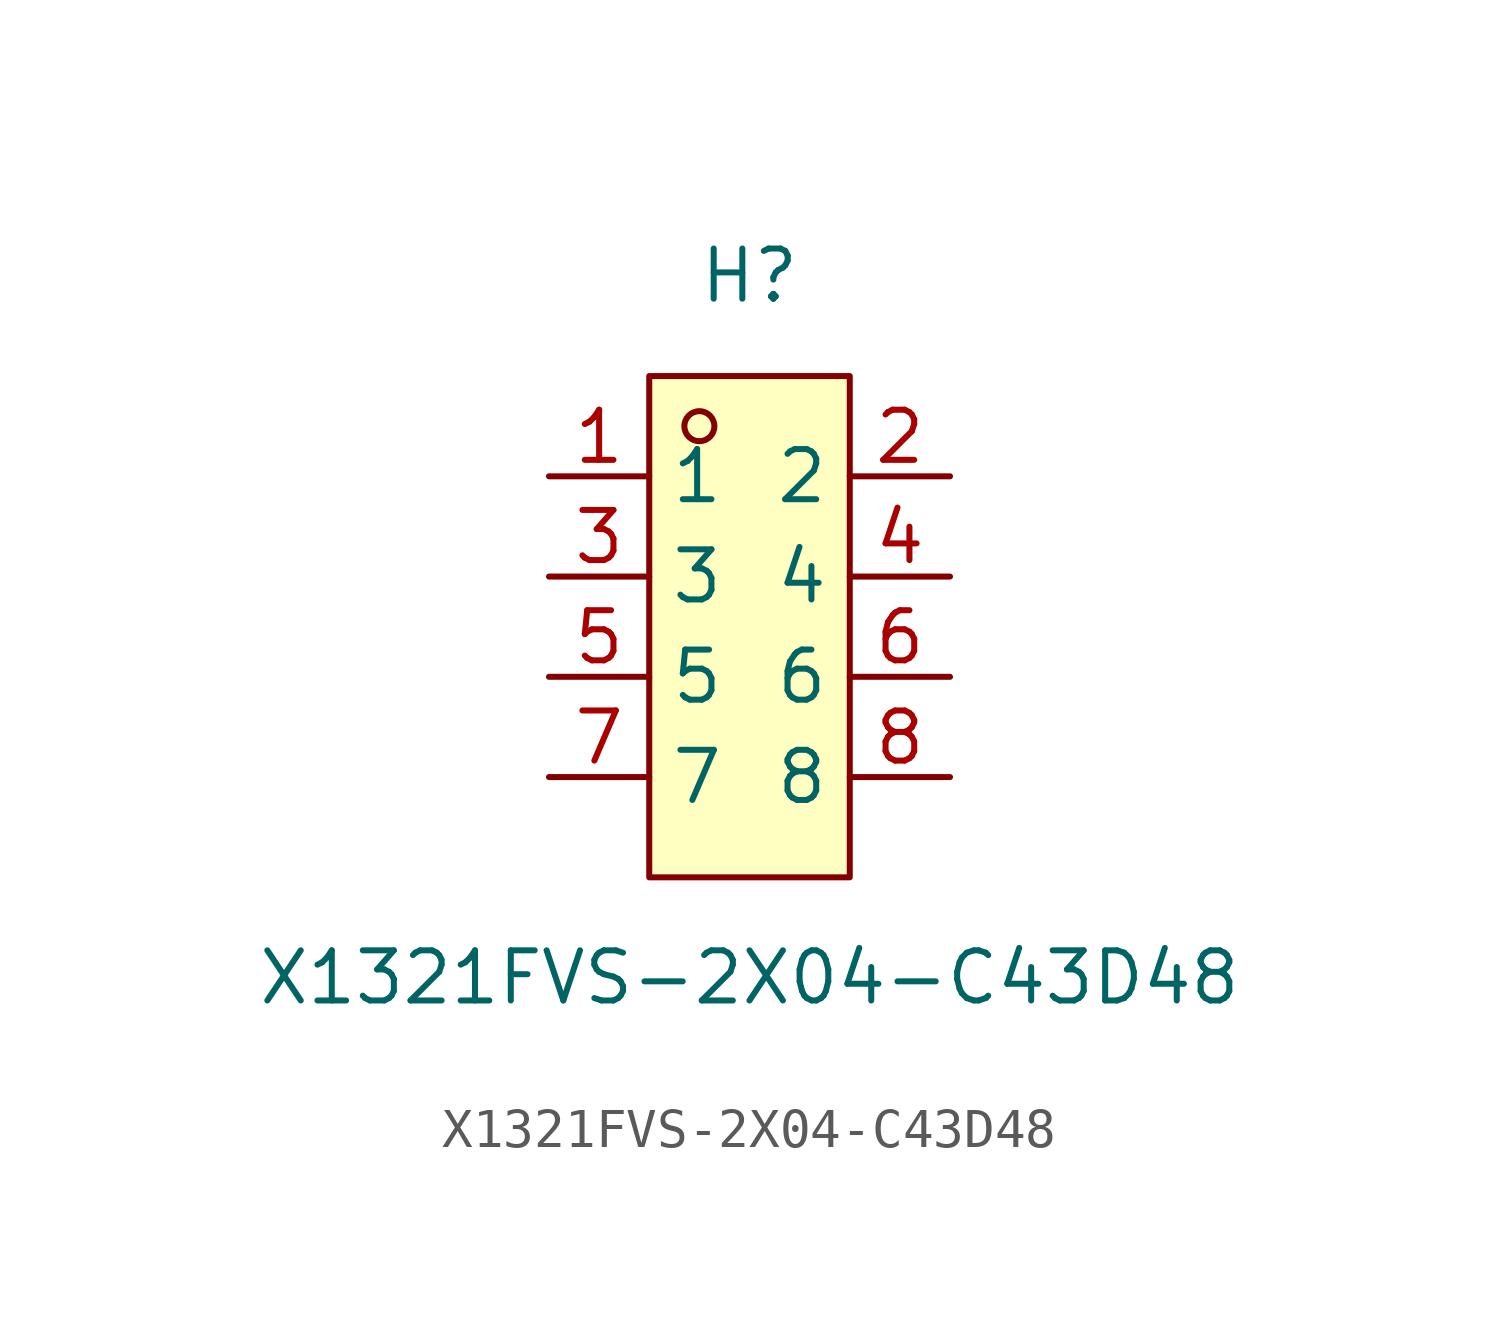
<source format=kicad_sym>
(kicad_symbol_lib
  (version 20211014)
  (generator https://github.com/uPesy/easyeda2kicad.py)
  (symbol "X1321FVS-2X04-C43D48"
    (property "Reference" "H"
      (at 0 8.89 0)
      (effects (font (size 1.27 1.27))))
    (property "Value" "X1321FVS-2X04-C43D48"
      (at 0 -8.89 0)
      (effects (font (size 1.27 1.27))))
    (symbol "X1321FVS-2X04-C43D48_0_1"
      (rectangle (start -2.54 6.35) (end 2.54 -6.35) (stroke (width 0) (type default) (color 0 0 0 0)) (fill (type background)))
      (circle (center -1.27 5.08) (radius 0.38) (stroke (width 0) (type default) (color 0 0 0 0)) (fill (type none)))
      (pin unspecified line (at -5.08 3.81 0) (length 2.54) (name "1" (effects (font (size 1.27 1.27)))) (number "1" (effects (font (size 1.27 1.27)))))
      (pin unspecified line (at 5.08 -3.81 180) (length 2.54) (name "8" (effects (font (size 1.27 1.27)))) (number "8" (effects (font (size 1.27 1.27)))))
      (pin unspecified line (at -5.08 1.27 0) (length 2.54) (name "3" (effects (font (size 1.27 1.27)))) (number "3" (effects (font (size 1.27 1.27)))))
      (pin unspecified line (at 5.08 -1.27 180) (length 2.54) (name "6" (effects (font (size 1.27 1.27)))) (number "6" (effects (font (size 1.27 1.27)))))
      (pin unspecified line (at -5.08 -1.27 0) (length 2.54) (name "5" (effects (font (size 1.27 1.27)))) (number "5" (effects (font (size 1.27 1.27)))))
      (pin unspecified line (at 5.08 1.27 180) (length 2.54) (name "4" (effects (font (size 1.27 1.27)))) (number "4" (effects (font (size 1.27 1.27)))))
      (pin unspecified line (at -5.08 -3.81 0) (length 2.54) (name "7" (effects (font (size 1.27 1.27)))) (number "7" (effects (font (size 1.27 1.27)))))
      (pin unspecified line (at 5.08 3.81 180) (length 2.54) (name "2" (effects (font (size 1.27 1.27)))) (number "2" (effects (font (size 1.27 1.27))))))))
</source>
